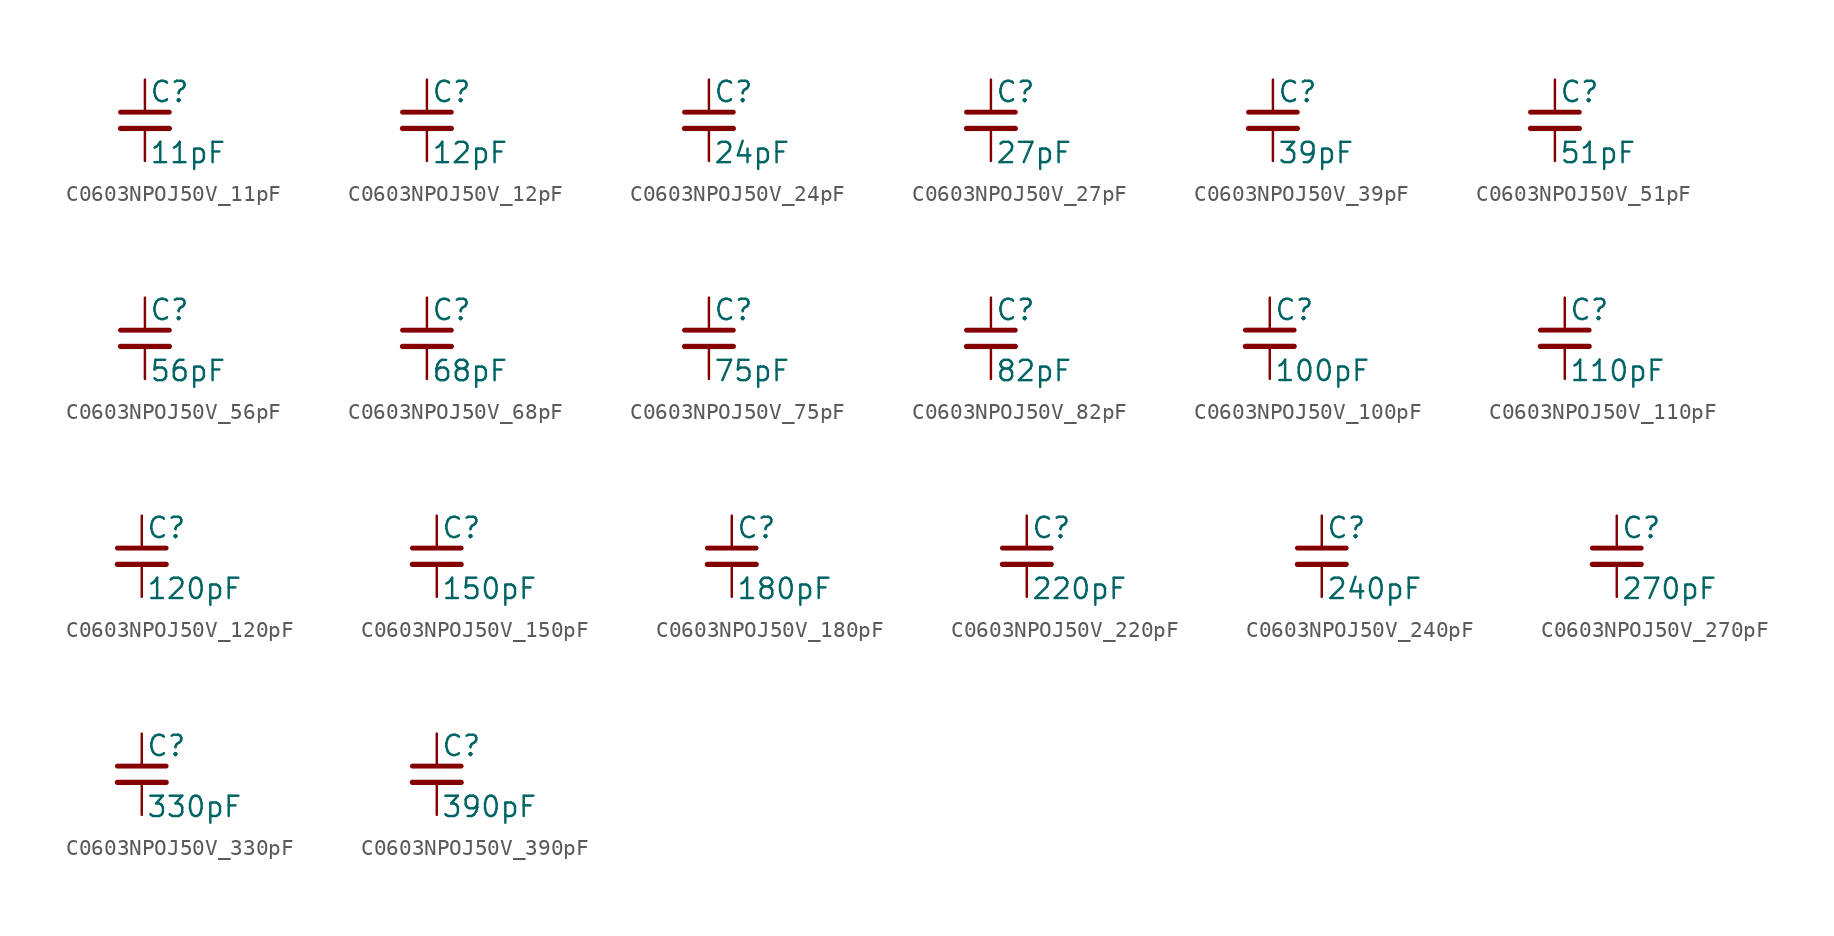
<source format=kicad_sym>
(kicad_symbol_lib
  (version 20220914)
  (generator kicad_symbol_editor)
  (symbol "C0603NPOJ50V_11pF"
    (pin_numbers hide)
    (pin_names
      (offset 0.254) hide)
    (property "Reference" "C"
      (at 0.254 1.778 0)
      (effects (font (size 1.27 1.27)) (justify left)))
    (property "Value" "11pF"
      (at 0.254 -2.032 0)
      (effects (font (size 1.27 1.27)) (justify left)))
    (symbol "C0603NPOJ50V_11pF_0_1"
      (polyline (pts (xy -1.524 -0.508) (xy 1.524 -0.508)) (stroke (width 0.33) (type default)) (fill (type none)))
      (polyline (pts (xy -1.524 0.508) (xy 1.524 0.508)) (stroke (width 0.305) (type default)) (fill (type none))))
    (symbol "C0603NPOJ50V_11pF_1_1"
      (pin passive line (at 0 2.54 270) (length 2.032) (name "~" (effects (font (size 1.27 1.27)))) (number "1" (effects (font (size 1.27 1.27)))))
      (pin passive line (at 0 -2.54 90) (length 2.032) (name "~" (effects (font (size 1.27 1.27)))) (number "2" (effects (font (size 1.27 1.27)))))))
  (symbol "C0603NPOJ50V_12pF"
    (pin_numbers hide)
    (pin_names
      (offset 0.254) hide)
    (property "Reference" "C"
      (at 0.254 1.778 0)
      (effects (font (size 1.27 1.27)) (justify left)))
    (property "Value" "12pF"
      (at 0.254 -2.032 0)
      (effects (font (size 1.27 1.27)) (justify left)))
    (symbol "C0603NPOJ50V_12pF_0_1"
      (polyline (pts (xy -1.524 -0.508) (xy 1.524 -0.508)) (stroke (width 0.33) (type default)) (fill (type none)))
      (polyline (pts (xy -1.524 0.508) (xy 1.524 0.508)) (stroke (width 0.305) (type default)) (fill (type none))))
    (symbol "C0603NPOJ50V_12pF_1_1"
      (pin passive line (at 0 2.54 270) (length 2.032) (name "~" (effects (font (size 1.27 1.27)))) (number "1" (effects (font (size 1.27 1.27)))))
      (pin passive line (at 0 -2.54 90) (length 2.032) (name "~" (effects (font (size 1.27 1.27)))) (number "2" (effects (font (size 1.27 1.27)))))))
  (symbol "C0603NPOJ50V_24pF"
    (pin_numbers hide)
    (pin_names
      (offset 0.254) hide)
    (property "Reference" "C"
      (at 0.254 1.778 0)
      (effects (font (size 1.27 1.27)) (justify left)))
    (property "Value" "24pF"
      (at 0.254 -2.032 0)
      (effects (font (size 1.27 1.27)) (justify left)))
    (symbol "C0603NPOJ50V_24pF_0_1"
      (polyline (pts (xy -1.524 -0.508) (xy 1.524 -0.508)) (stroke (width 0.33) (type default)) (fill (type none)))
      (polyline (pts (xy -1.524 0.508) (xy 1.524 0.508)) (stroke (width 0.305) (type default)) (fill (type none))))
    (symbol "C0603NPOJ50V_24pF_1_1"
      (pin passive line (at 0 2.54 270) (length 2.032) (name "~" (effects (font (size 1.27 1.27)))) (number "1" (effects (font (size 1.27 1.27)))))
      (pin passive line (at 0 -2.54 90) (length 2.032) (name "~" (effects (font (size 1.27 1.27)))) (number "2" (effects (font (size 1.27 1.27)))))))
  (symbol "C0603NPOJ50V_27pF"
    (pin_numbers hide)
    (pin_names
      (offset 0.254) hide)
    (property "Reference" "C"
      (at 0.254 1.778 0)
      (effects (font (size 1.27 1.27)) (justify left)))
    (property "Value" "27pF"
      (at 0.254 -2.032 0)
      (effects (font (size 1.27 1.27)) (justify left)))
    (symbol "C0603NPOJ50V_27pF_0_1"
      (polyline (pts (xy -1.524 -0.508) (xy 1.524 -0.508)) (stroke (width 0.33) (type default)) (fill (type none)))
      (polyline (pts (xy -1.524 0.508) (xy 1.524 0.508)) (stroke (width 0.305) (type default)) (fill (type none))))
    (symbol "C0603NPOJ50V_27pF_1_1"
      (pin passive line (at 0 2.54 270) (length 2.032) (name "~" (effects (font (size 1.27 1.27)))) (number "1" (effects (font (size 1.27 1.27)))))
      (pin passive line (at 0 -2.54 90) (length 2.032) (name "~" (effects (font (size 1.27 1.27)))) (number "2" (effects (font (size 1.27 1.27)))))))
  (symbol "C0603NPOJ50V_39pF"
    (pin_numbers hide)
    (pin_names
      (offset 0.254) hide)
    (property "Reference" "C"
      (at 0.254 1.778 0)
      (effects (font (size 1.27 1.27)) (justify left)))
    (property "Value" "39pF"
      (at 0.254 -2.032 0)
      (effects (font (size 1.27 1.27)) (justify left)))
    (symbol "C0603NPOJ50V_39pF_0_1"
      (polyline (pts (xy -1.524 -0.508) (xy 1.524 -0.508)) (stroke (width 0.33) (type default)) (fill (type none)))
      (polyline (pts (xy -1.524 0.508) (xy 1.524 0.508)) (stroke (width 0.305) (type default)) (fill (type none))))
    (symbol "C0603NPOJ50V_39pF_1_1"
      (pin passive line (at 0 2.54 270) (length 2.032) (name "~" (effects (font (size 1.27 1.27)))) (number "1" (effects (font (size 1.27 1.27)))))
      (pin passive line (at 0 -2.54 90) (length 2.032) (name "~" (effects (font (size 1.27 1.27)))) (number "2" (effects (font (size 1.27 1.27)))))))
  (symbol "C0603NPOJ50V_51pF"
    (pin_numbers hide)
    (pin_names
      (offset 0.254) hide)
    (property "Reference" "C"
      (at 0.254 1.778 0)
      (effects (font (size 1.27 1.27)) (justify left)))
    (property "Value" "51pF"
      (at 0.254 -2.032 0)
      (effects (font (size 1.27 1.27)) (justify left)))
    (symbol "C0603NPOJ50V_51pF_0_1"
      (polyline (pts (xy -1.524 -0.508) (xy 1.524 -0.508)) (stroke (width 0.33) (type default)) (fill (type none)))
      (polyline (pts (xy -1.524 0.508) (xy 1.524 0.508)) (stroke (width 0.305) (type default)) (fill (type none))))
    (symbol "C0603NPOJ50V_51pF_1_1"
      (pin passive line (at 0 2.54 270) (length 2.032) (name "~" (effects (font (size 1.27 1.27)))) (number "1" (effects (font (size 1.27 1.27)))))
      (pin passive line (at 0 -2.54 90) (length 2.032) (name "~" (effects (font (size 1.27 1.27)))) (number "2" (effects (font (size 1.27 1.27)))))))
  (symbol "C0603NPOJ50V_56pF"
    (pin_numbers hide)
    (pin_names
      (offset 0.254) hide)
    (property "Reference" "C"
      (at 0.254 1.778 0)
      (effects (font (size 1.27 1.27)) (justify left)))
    (property "Value" "56pF"
      (at 0.254 -2.032 0)
      (effects (font (size 1.27 1.27)) (justify left)))
    (symbol "C0603NPOJ50V_56pF_0_1"
      (polyline (pts (xy -1.524 -0.508) (xy 1.524 -0.508)) (stroke (width 0.33) (type default)) (fill (type none)))
      (polyline (pts (xy -1.524 0.508) (xy 1.524 0.508)) (stroke (width 0.305) (type default)) (fill (type none))))
    (symbol "C0603NPOJ50V_56pF_1_1"
      (pin passive line (at 0 2.54 270) (length 2.032) (name "~" (effects (font (size 1.27 1.27)))) (number "1" (effects (font (size 1.27 1.27)))))
      (pin passive line (at 0 -2.54 90) (length 2.032) (name "~" (effects (font (size 1.27 1.27)))) (number "2" (effects (font (size 1.27 1.27)))))))
  (symbol "C0603NPOJ50V_68pF"
    (pin_numbers hide)
    (pin_names
      (offset 0.254) hide)
    (property "Reference" "C"
      (at 0.254 1.778 0)
      (effects (font (size 1.27 1.27)) (justify left)))
    (property "Value" "68pF"
      (at 0.254 -2.032 0)
      (effects (font (size 1.27 1.27)) (justify left)))
    (symbol "C0603NPOJ50V_68pF_0_1"
      (polyline (pts (xy -1.524 -0.508) (xy 1.524 -0.508)) (stroke (width 0.33) (type default)) (fill (type none)))
      (polyline (pts (xy -1.524 0.508) (xy 1.524 0.508)) (stroke (width 0.305) (type default)) (fill (type none))))
    (symbol "C0603NPOJ50V_68pF_1_1"
      (pin passive line (at 0 2.54 270) (length 2.032) (name "~" (effects (font (size 1.27 1.27)))) (number "1" (effects (font (size 1.27 1.27)))))
      (pin passive line (at 0 -2.54 90) (length 2.032) (name "~" (effects (font (size 1.27 1.27)))) (number "2" (effects (font (size 1.27 1.27)))))))
  (symbol "C0603NPOJ50V_75pF"
    (pin_numbers hide)
    (pin_names
      (offset 0.254) hide)
    (property "Reference" "C"
      (at 0.254 1.778 0)
      (effects (font (size 1.27 1.27)) (justify left)))
    (property "Value" "75pF"
      (at 0.254 -2.032 0)
      (effects (font (size 1.27 1.27)) (justify left)))
    (symbol "C0603NPOJ50V_75pF_0_1"
      (polyline (pts (xy -1.524 -0.508) (xy 1.524 -0.508)) (stroke (width 0.33) (type default)) (fill (type none)))
      (polyline (pts (xy -1.524 0.508) (xy 1.524 0.508)) (stroke (width 0.305) (type default)) (fill (type none))))
    (symbol "C0603NPOJ50V_75pF_1_1"
      (pin passive line (at 0 2.54 270) (length 2.032) (name "~" (effects (font (size 1.27 1.27)))) (number "1" (effects (font (size 1.27 1.27)))))
      (pin passive line (at 0 -2.54 90) (length 2.032) (name "~" (effects (font (size 1.27 1.27)))) (number "2" (effects (font (size 1.27 1.27)))))))
  (symbol "C0603NPOJ50V_82pF"
    (pin_numbers hide)
    (pin_names
      (offset 0.254) hide)
    (property "Reference" "C"
      (at 0.254 1.778 0)
      (effects (font (size 1.27 1.27)) (justify left)))
    (property "Value" "82pF"
      (at 0.254 -2.032 0)
      (effects (font (size 1.27 1.27)) (justify left)))
    (symbol "C0603NPOJ50V_82pF_0_1"
      (polyline (pts (xy -1.524 -0.508) (xy 1.524 -0.508)) (stroke (width 0.33) (type default)) (fill (type none)))
      (polyline (pts (xy -1.524 0.508) (xy 1.524 0.508)) (stroke (width 0.305) (type default)) (fill (type none))))
    (symbol "C0603NPOJ50V_82pF_1_1"
      (pin passive line (at 0 2.54 270) (length 2.032) (name "~" (effects (font (size 1.27 1.27)))) (number "1" (effects (font (size 1.27 1.27)))))
      (pin passive line (at 0 -2.54 90) (length 2.032) (name "~" (effects (font (size 1.27 1.27)))) (number "2" (effects (font (size 1.27 1.27)))))))
  (symbol "C0603NPOJ50V_100pF"
    (pin_numbers hide)
    (pin_names
      (offset 0.254) hide)
    (property "Reference" "C"
      (at 0.254 1.778 0)
      (effects (font (size 1.27 1.27)) (justify left)))
    (property "Value" "100pF"
      (at 0.254 -2.032 0)
      (effects (font (size 1.27 1.27)) (justify left)))
    (symbol "C0603NPOJ50V_100pF_0_1"
      (polyline (pts (xy -1.524 -0.508) (xy 1.524 -0.508)) (stroke (width 0.33) (type default)) (fill (type none)))
      (polyline (pts (xy -1.524 0.508) (xy 1.524 0.508)) (stroke (width 0.305) (type default)) (fill (type none))))
    (symbol "C0603NPOJ50V_100pF_1_1"
      (pin passive line (at 0 2.54 270) (length 2.032) (name "~" (effects (font (size 1.27 1.27)))) (number "1" (effects (font (size 1.27 1.27)))))
      (pin passive line (at 0 -2.54 90) (length 2.032) (name "~" (effects (font (size 1.27 1.27)))) (number "2" (effects (font (size 1.27 1.27)))))))
  (symbol "C0603NPOJ50V_110pF"
    (pin_numbers hide)
    (pin_names
      (offset 0.254) hide)
    (property "Reference" "C"
      (at 0.254 1.778 0)
      (effects (font (size 1.27 1.27)) (justify left)))
    (property "Value" "110pF"
      (at 0.254 -2.032 0)
      (effects (font (size 1.27 1.27)) (justify left)))
    (symbol "C0603NPOJ50V_110pF_0_1"
      (polyline (pts (xy -1.524 -0.508) (xy 1.524 -0.508)) (stroke (width 0.33) (type default)) (fill (type none)))
      (polyline (pts (xy -1.524 0.508) (xy 1.524 0.508)) (stroke (width 0.305) (type default)) (fill (type none))))
    (symbol "C0603NPOJ50V_110pF_1_1"
      (pin passive line (at 0 2.54 270) (length 2.032) (name "~" (effects (font (size 1.27 1.27)))) (number "1" (effects (font (size 1.27 1.27)))))
      (pin passive line (at 0 -2.54 90) (length 2.032) (name "~" (effects (font (size 1.27 1.27)))) (number "2" (effects (font (size 1.27 1.27)))))))
  (symbol "C0603NPOJ50V_120pF"
    (pin_numbers hide)
    (pin_names
      (offset 0.254) hide)
    (property "Reference" "C"
      (at 0.254 1.778 0)
      (effects (font (size 1.27 1.27)) (justify left)))
    (property "Value" "120pF"
      (at 0.254 -2.032 0)
      (effects (font (size 1.27 1.27)) (justify left)))
    (symbol "C0603NPOJ50V_120pF_0_1"
      (polyline (pts (xy -1.524 -0.508) (xy 1.524 -0.508)) (stroke (width 0.33) (type default)) (fill (type none)))
      (polyline (pts (xy -1.524 0.508) (xy 1.524 0.508)) (stroke (width 0.305) (type default)) (fill (type none))))
    (symbol "C0603NPOJ50V_120pF_1_1"
      (pin passive line (at 0 2.54 270) (length 2.032) (name "~" (effects (font (size 1.27 1.27)))) (number "1" (effects (font (size 1.27 1.27)))))
      (pin passive line (at 0 -2.54 90) (length 2.032) (name "~" (effects (font (size 1.27 1.27)))) (number "2" (effects (font (size 1.27 1.27)))))))
  (symbol "C0603NPOJ50V_150pF"
    (pin_numbers hide)
    (pin_names
      (offset 0.254) hide)
    (property "Reference" "C"
      (at 0.254 1.778 0)
      (effects (font (size 1.27 1.27)) (justify left)))
    (property "Value" "150pF"
      (at 0.254 -2.032 0)
      (effects (font (size 1.27 1.27)) (justify left)))
    (symbol "C0603NPOJ50V_150pF_0_1"
      (polyline (pts (xy -1.524 -0.508) (xy 1.524 -0.508)) (stroke (width 0.33) (type default)) (fill (type none)))
      (polyline (pts (xy -1.524 0.508) (xy 1.524 0.508)) (stroke (width 0.305) (type default)) (fill (type none))))
    (symbol "C0603NPOJ50V_150pF_1_1"
      (pin passive line (at 0 2.54 270) (length 2.032) (name "~" (effects (font (size 1.27 1.27)))) (number "1" (effects (font (size 1.27 1.27)))))
      (pin passive line (at 0 -2.54 90) (length 2.032) (name "~" (effects (font (size 1.27 1.27)))) (number "2" (effects (font (size 1.27 1.27)))))))
  (symbol "C0603NPOJ50V_180pF"
    (pin_numbers hide)
    (pin_names
      (offset 0.254) hide)
    (property "Reference" "C"
      (at 0.254 1.778 0)
      (effects (font (size 1.27 1.27)) (justify left)))
    (property "Value" "180pF"
      (at 0.254 -2.032 0)
      (effects (font (size 1.27 1.27)) (justify left)))
    (symbol "C0603NPOJ50V_180pF_0_1"
      (polyline (pts (xy -1.524 -0.508) (xy 1.524 -0.508)) (stroke (width 0.33) (type default)) (fill (type none)))
      (polyline (pts (xy -1.524 0.508) (xy 1.524 0.508)) (stroke (width 0.305) (type default)) (fill (type none))))
    (symbol "C0603NPOJ50V_180pF_1_1"
      (pin passive line (at 0 2.54 270) (length 2.032) (name "~" (effects (font (size 1.27 1.27)))) (number "1" (effects (font (size 1.27 1.27)))))
      (pin passive line (at 0 -2.54 90) (length 2.032) (name "~" (effects (font (size 1.27 1.27)))) (number "2" (effects (font (size 1.27 1.27)))))))
  (symbol "C0603NPOJ50V_220pF"
    (pin_numbers hide)
    (pin_names
      (offset 0.254) hide)
    (property "Reference" "C"
      (at 0.254 1.778 0)
      (effects (font (size 1.27 1.27)) (justify left)))
    (property "Value" "220pF"
      (at 0.254 -2.032 0)
      (effects (font (size 1.27 1.27)) (justify left)))
    (symbol "C0603NPOJ50V_220pF_0_1"
      (polyline (pts (xy -1.524 -0.508) (xy 1.524 -0.508)) (stroke (width 0.33) (type default)) (fill (type none)))
      (polyline (pts (xy -1.524 0.508) (xy 1.524 0.508)) (stroke (width 0.305) (type default)) (fill (type none))))
    (symbol "C0603NPOJ50V_220pF_1_1"
      (pin passive line (at 0 2.54 270) (length 2.032) (name "~" (effects (font (size 1.27 1.27)))) (number "1" (effects (font (size 1.27 1.27)))))
      (pin passive line (at 0 -2.54 90) (length 2.032) (name "~" (effects (font (size 1.27 1.27)))) (number "2" (effects (font (size 1.27 1.27)))))))
  (symbol "C0603NPOJ50V_240pF"
    (pin_numbers hide)
    (pin_names
      (offset 0.254) hide)
    (property "Reference" "C"
      (at 0.254 1.778 0)
      (effects (font (size 1.27 1.27)) (justify left)))
    (property "Value" "240pF"
      (at 0.254 -2.032 0)
      (effects (font (size 1.27 1.27)) (justify left)))
    (symbol "C0603NPOJ50V_240pF_0_1"
      (polyline (pts (xy -1.524 -0.508) (xy 1.524 -0.508)) (stroke (width 0.33) (type default)) (fill (type none)))
      (polyline (pts (xy -1.524 0.508) (xy 1.524 0.508)) (stroke (width 0.305) (type default)) (fill (type none))))
    (symbol "C0603NPOJ50V_240pF_1_1"
      (pin passive line (at 0 2.54 270) (length 2.032) (name "~" (effects (font (size 1.27 1.27)))) (number "1" (effects (font (size 1.27 1.27)))))
      (pin passive line (at 0 -2.54 90) (length 2.032) (name "~" (effects (font (size 1.27 1.27)))) (number "2" (effects (font (size 1.27 1.27)))))))
  (symbol "C0603NPOJ50V_270pF"
    (pin_numbers hide)
    (pin_names
      (offset 0.254) hide)
    (property "Reference" "C"
      (at 0.254 1.778 0)
      (effects (font (size 1.27 1.27)) (justify left)))
    (property "Value" "270pF"
      (at 0.254 -2.032 0)
      (effects (font (size 1.27 1.27)) (justify left)))
    (symbol "C0603NPOJ50V_270pF_0_1"
      (polyline (pts (xy -1.524 -0.508) (xy 1.524 -0.508)) (stroke (width 0.33) (type default)) (fill (type none)))
      (polyline (pts (xy -1.524 0.508) (xy 1.524 0.508)) (stroke (width 0.305) (type default)) (fill (type none))))
    (symbol "C0603NPOJ50V_270pF_1_1"
      (pin passive line (at 0 2.54 270) (length 2.032) (name "~" (effects (font (size 1.27 1.27)))) (number "1" (effects (font (size 1.27 1.27)))))
      (pin passive line (at 0 -2.54 90) (length 2.032) (name "~" (effects (font (size 1.27 1.27)))) (number "2" (effects (font (size 1.27 1.27)))))))
  (symbol "C0603NPOJ50V_330pF"
    (pin_numbers hide)
    (pin_names
      (offset 0.254) hide)
    (property "Reference" "C"
      (at 0.254 1.778 0)
      (effects (font (size 1.27 1.27)) (justify left)))
    (property "Value" "330pF"
      (at 0.254 -2.032 0)
      (effects (font (size 1.27 1.27)) (justify left)))
    (symbol "C0603NPOJ50V_330pF_0_1"
      (polyline (pts (xy -1.524 -0.508) (xy 1.524 -0.508)) (stroke (width 0.33) (type default)) (fill (type none)))
      (polyline (pts (xy -1.524 0.508) (xy 1.524 0.508)) (stroke (width 0.305) (type default)) (fill (type none))))
    (symbol "C0603NPOJ50V_330pF_1_1"
      (pin passive line (at 0 2.54 270) (length 2.032) (name "~" (effects (font (size 1.27 1.27)))) (number "1" (effects (font (size 1.27 1.27)))))
      (pin passive line (at 0 -2.54 90) (length 2.032) (name "~" (effects (font (size 1.27 1.27)))) (number "2" (effects (font (size 1.27 1.27)))))))
  (symbol "C0603NPOJ50V_390pF"
    (pin_numbers hide)
    (pin_names
      (offset 0.254) hide)
    (property "Reference" "C"
      (at 0.254 1.778 0)
      (effects (font (size 1.27 1.27)) (justify left)))
    (property "Value" "390pF"
      (at 0.254 -2.032 0)
      (effects (font (size 1.27 1.27)) (justify left)))
    (symbol "C0603NPOJ50V_390pF_0_1"
      (polyline (pts (xy -1.524 -0.508) (xy 1.524 -0.508)) (stroke (width 0.33) (type default)) (fill (type none)))
      (polyline (pts (xy -1.524 0.508) (xy 1.524 0.508)) (stroke (width 0.305) (type default)) (fill (type none))))
    (symbol "C0603NPOJ50V_390pF_1_1"
      (pin passive line (at 0 2.54 270) (length 2.032) (name "~" (effects (font (size 1.27 1.27)))) (number "1" (effects (font (size 1.27 1.27)))))
      (pin passive line (at 0 -2.54 90) (length 2.032) (name "~" (effects (font (size 1.27 1.27)))) (number "2" (effects (font (size 1.27 1.27))))))))
</source>
